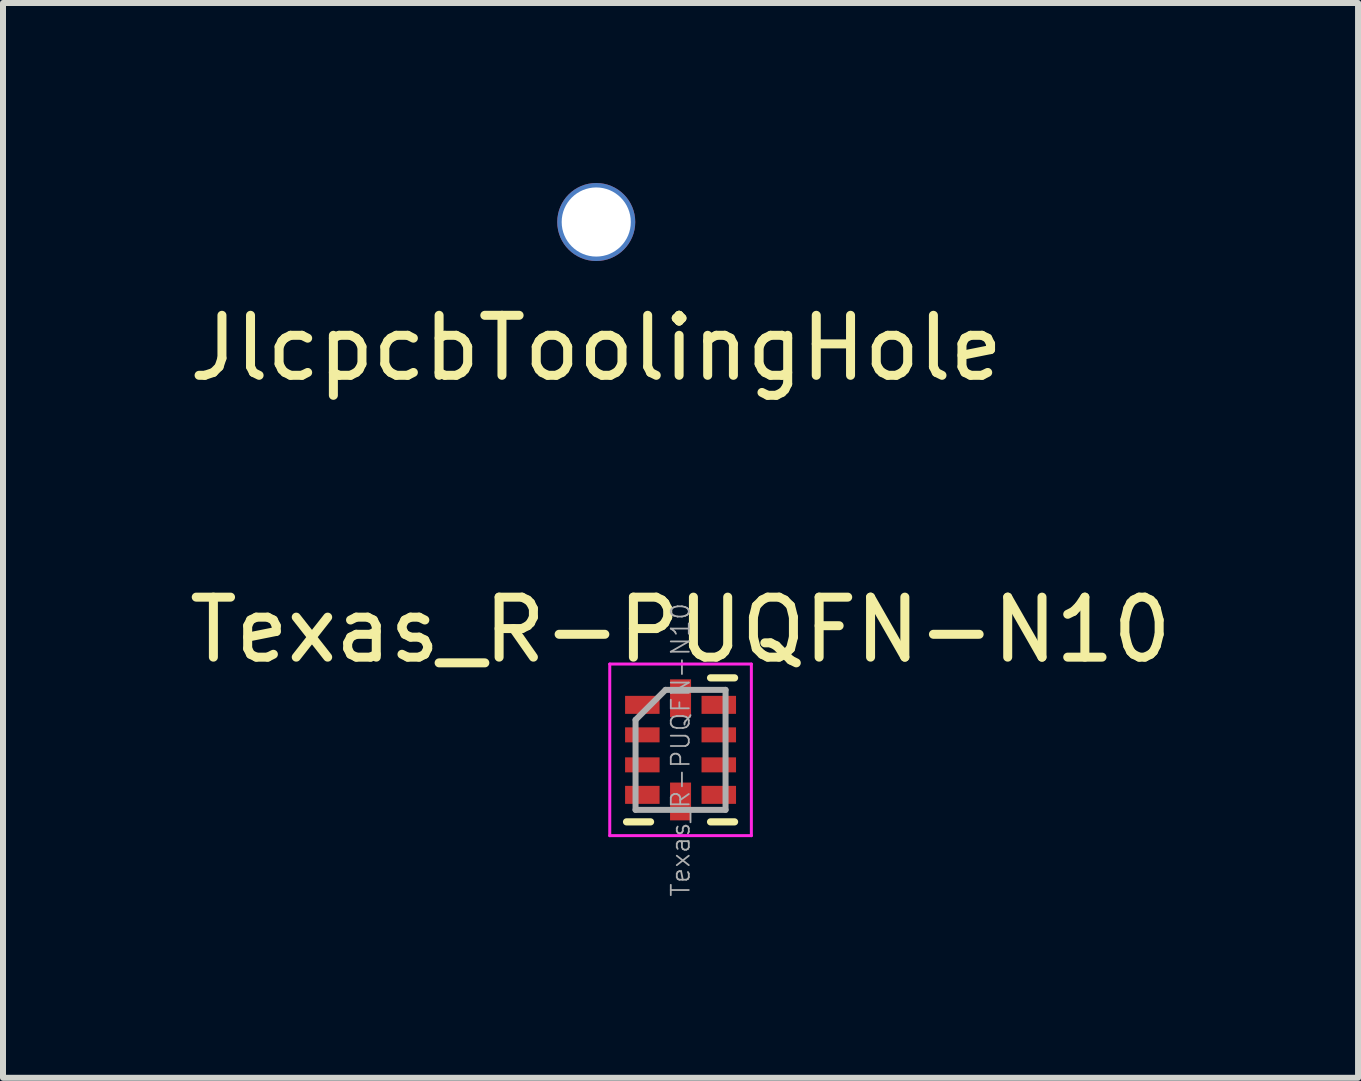
<source format=kicad_pcb>
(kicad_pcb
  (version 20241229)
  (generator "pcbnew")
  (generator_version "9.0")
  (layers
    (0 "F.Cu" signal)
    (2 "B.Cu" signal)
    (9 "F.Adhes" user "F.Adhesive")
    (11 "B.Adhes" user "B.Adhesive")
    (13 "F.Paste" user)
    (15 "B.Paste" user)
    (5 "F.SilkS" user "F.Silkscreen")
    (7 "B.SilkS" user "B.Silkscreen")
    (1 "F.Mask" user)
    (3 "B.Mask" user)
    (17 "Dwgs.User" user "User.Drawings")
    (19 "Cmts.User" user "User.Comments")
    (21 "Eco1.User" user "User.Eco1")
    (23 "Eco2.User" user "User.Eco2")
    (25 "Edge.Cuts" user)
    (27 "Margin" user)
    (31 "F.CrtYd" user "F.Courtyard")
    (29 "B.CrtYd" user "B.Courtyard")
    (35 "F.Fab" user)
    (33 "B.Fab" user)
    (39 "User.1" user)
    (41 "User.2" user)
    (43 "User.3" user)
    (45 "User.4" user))
  (footprint "JlcpcbToolingHole"
    (layer "F.Cu")
    (at 6.887 0.65)
    (property "Reference" "JlcpcbToolingHole" (at 0 2.1 0) (layer "F.SilkS") (effects (font (size 1 1) (thickness 0.15))))
    (attr through_hole)
    (pad "" np_thru_hole circle (at 0 0) (size 1.3 1.3) (drill 1.152) (layers "*.Cu" "*.Mask")))
  (footprint "Texas_R-PUQFN-N10"
    (layer "F.Cu")
    (at 8.292 9.447)
    (property "Reference" "Texas_R-PUQFN-N10" (at 0 -2 0) (layer "F.SilkS") (effects (font (size 1 1) (thickness 0.15))))
    (attr smd)
    (fp_line (start -0.5 1.2) (end -0.9 1.2) (stroke (width 0.12) (type solid)) (layer "F.SilkS"))
    (fp_line (start 0.9 -1.2) (end 0.5 -1.2) (stroke (width 0.12) (type solid)) (layer "F.SilkS"))
    (fp_line (start 0.9 1.2) (end 0.5 1.2) (stroke (width 0.12) (type solid)) (layer "F.SilkS"))
    (fp_line (start -1.18 -1.43) (end 1.18 -1.43) (stroke (width 0.05) (type solid)) (layer "F.CrtYd"))
    (fp_line (start -1.18 1.43) (end -1.18 -1.43) (stroke (width 0.05) (type solid)) (layer "F.CrtYd"))
    (fp_line (start 1.18 -1.43) (end 1.18 1.43) (stroke (width 0.05) (type solid)) (layer "F.CrtYd"))
    (fp_line (start 1.18 1.43) (end -1.18 1.43) (stroke (width 0.05) (type solid)) (layer "F.CrtYd"))
    (fp_line (start -0.75 1) (end -0.75 -0.5) (stroke (width 0.1) (type solid)) (layer "F.Fab"))
    (fp_line (start -0.25 -1) (end -0.75 -0.5) (stroke (width 0.1) (type solid)) (layer "F.Fab"))
    (fp_line (start -0.25 -1) (end 0.75 -1) (stroke (width 0.1) (type solid)) (layer "F.Fab"))
    (fp_line (start 0.75 -1) (end 0.75 1) (stroke (width 0.1) (type solid)) (layer "F.Fab"))
    (fp_line (start 0.75 1) (end -0.75 1) (stroke (width 0.1) (type solid)) (layer "F.Fab"))
    (fp_text user "${REFERENCE}" (at 0 0 270) (layer "F.Fab") (effects (font (size 0.3 0.3) (thickness 0.03))))
    (pad "1" smd rect (at -0.637 -0.75 270) (size 0.3 0.575) (layers "F.Cu" "F.Mask" "F.Paste"))
    (pad "2" smd rect (at -0.637 -0.25 270) (size 0.25 0.575) (layers "F.Cu" "F.Mask" "F.Paste"))
    (pad "3" smd rect (at -0.637 0.25 270) (size 0.25 0.575) (layers "F.Cu" "F.Mask" "F.Paste"))
    (pad "4" smd rect (at -0.637 0.75 270) (size 0.3 0.575) (layers "F.Cu" "F.Mask" "F.Paste"))
    (pad "5" smd rect (at 0 0.86 90) (size 0.63 0.35) (layers "F.Cu" "F.Mask" "F.Paste"))
    (pad "6" smd rect (at 0.637 0.75 90) (size 0.3 0.575) (layers "F.Cu" "F.Mask" "F.Paste"))
    (pad "7" smd rect (at 0.637 0.25 90) (size 0.25 0.575) (layers "F.Cu" "F.Mask" "F.Paste"))
    (pad "8" smd rect (at 0.637 -0.25 90) (size 0.25 0.575) (layers "F.Cu" "F.Mask" "F.Paste"))
    (pad "9" smd rect (at 0.637 -0.75 90) (size 0.3 0.575) (layers "F.Cu" "F.Mask" "F.Paste"))
    (pad "10" smd rect (at 0 -0.86 270) (size 0.63 0.35) (layers "F.Cu" "F.Mask" "F.Paste")))
  (gr_rect
    (start -3 -3)
    (end 19.583 14.912)
    (stroke (width 0.1) (type default))
    (fill no)
    (layer "Edge.Cuts")))
</source>
